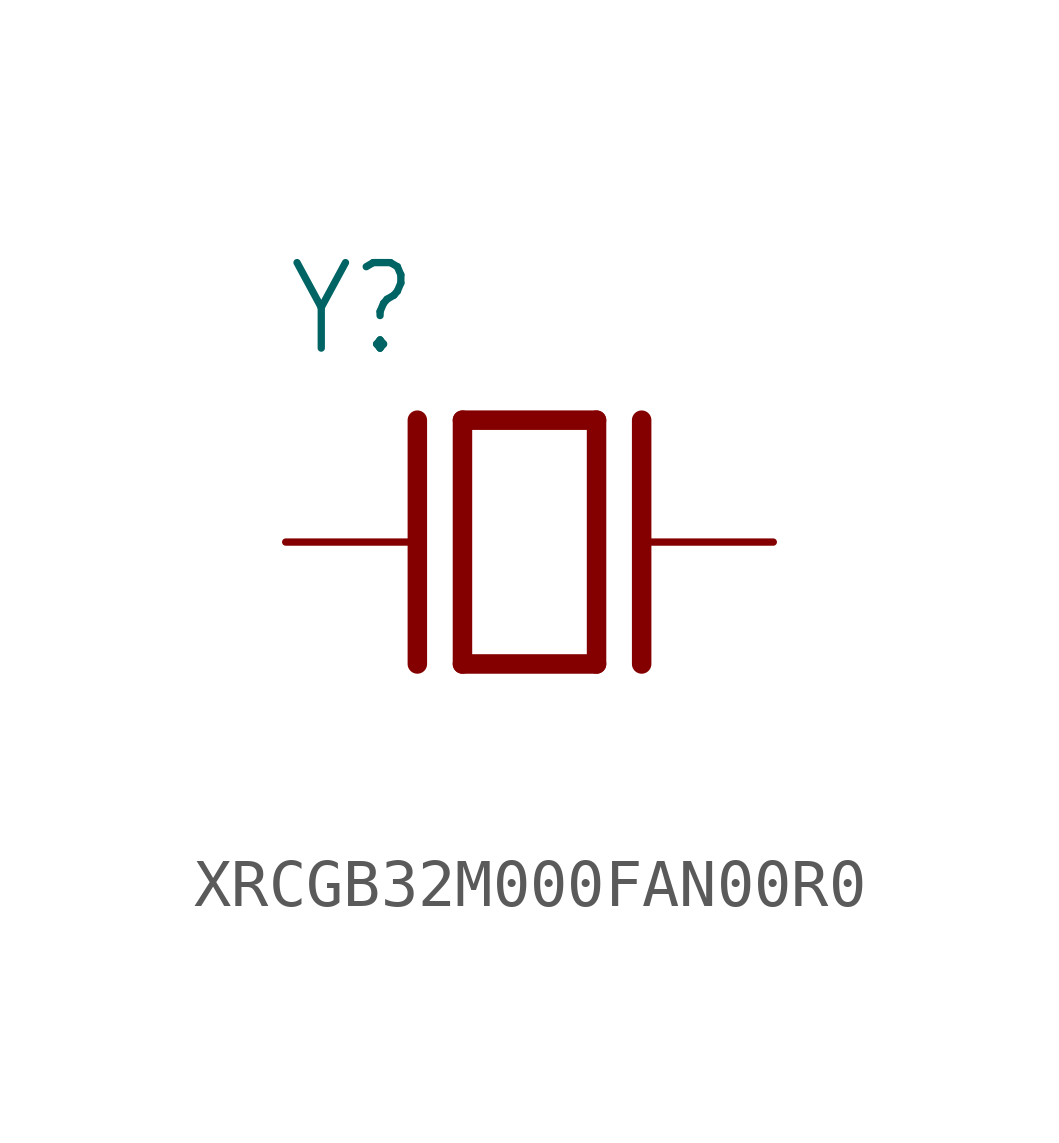
<source format=kicad_sym>
(kicad_symbol_lib
  (version 20241209)
  (generator "kicad_symbol_editor")
  (generator_version "9.0")
  (symbol "XRCGB32M000FAN00R0"
    (property "Reference" "Y"
      (at -5.088 3.816 0)
      (effects (font (size 1.781 1.514)) (justify left bottom)))
    (property "Value" ""
      (at -5.094 -5.094 0)
      (effects (font (size 1.783 1.516)) (justify left bottom)))
    (property "ki_locked" ""
      (at 0 0 0)
      (effects (font (size 1.27 1.27))))
    (symbol "XRCGB32M000FAN00R0_1_0"
      (polyline (pts (xy -2.337 2.54) (xy -2.337 -2.54)) (stroke (width 0.406) (type solid)) (fill (type none)))
      (polyline (pts (xy -1.397 2.54) (xy -1.397 -2.54)) (stroke (width 0.406) (type solid)) (fill (type none)))
      (polyline (pts (xy -1.397 2.54) (xy 1.397 2.54)) (stroke (width 0.406) (type solid)) (fill (type none)))
      (polyline (pts (xy 1.397 2.54) (xy 1.397 -2.54)) (stroke (width 0.406) (type solid)) (fill (type none)))
      (polyline (pts (xy 1.397 -2.54) (xy -1.397 -2.54)) (stroke (width 0.406) (type solid)) (fill (type none)))
      (polyline (pts (xy 2.337 2.54) (xy 2.337 -2.54)) (stroke (width 0.406) (type solid)) (fill (type none)))
      (pin passive line (at -5.08 0 0) (length 2.54) (name "1" (effects (font (size 0 0)))) (number "1" (effects (font (size 0 0)))))
      (pin passive line (at 5.08 0 180) (length 2.54) (name "3" (effects (font (size 0 0)))) (number "3" (effects (font (size 0 0))))))))
</source>
